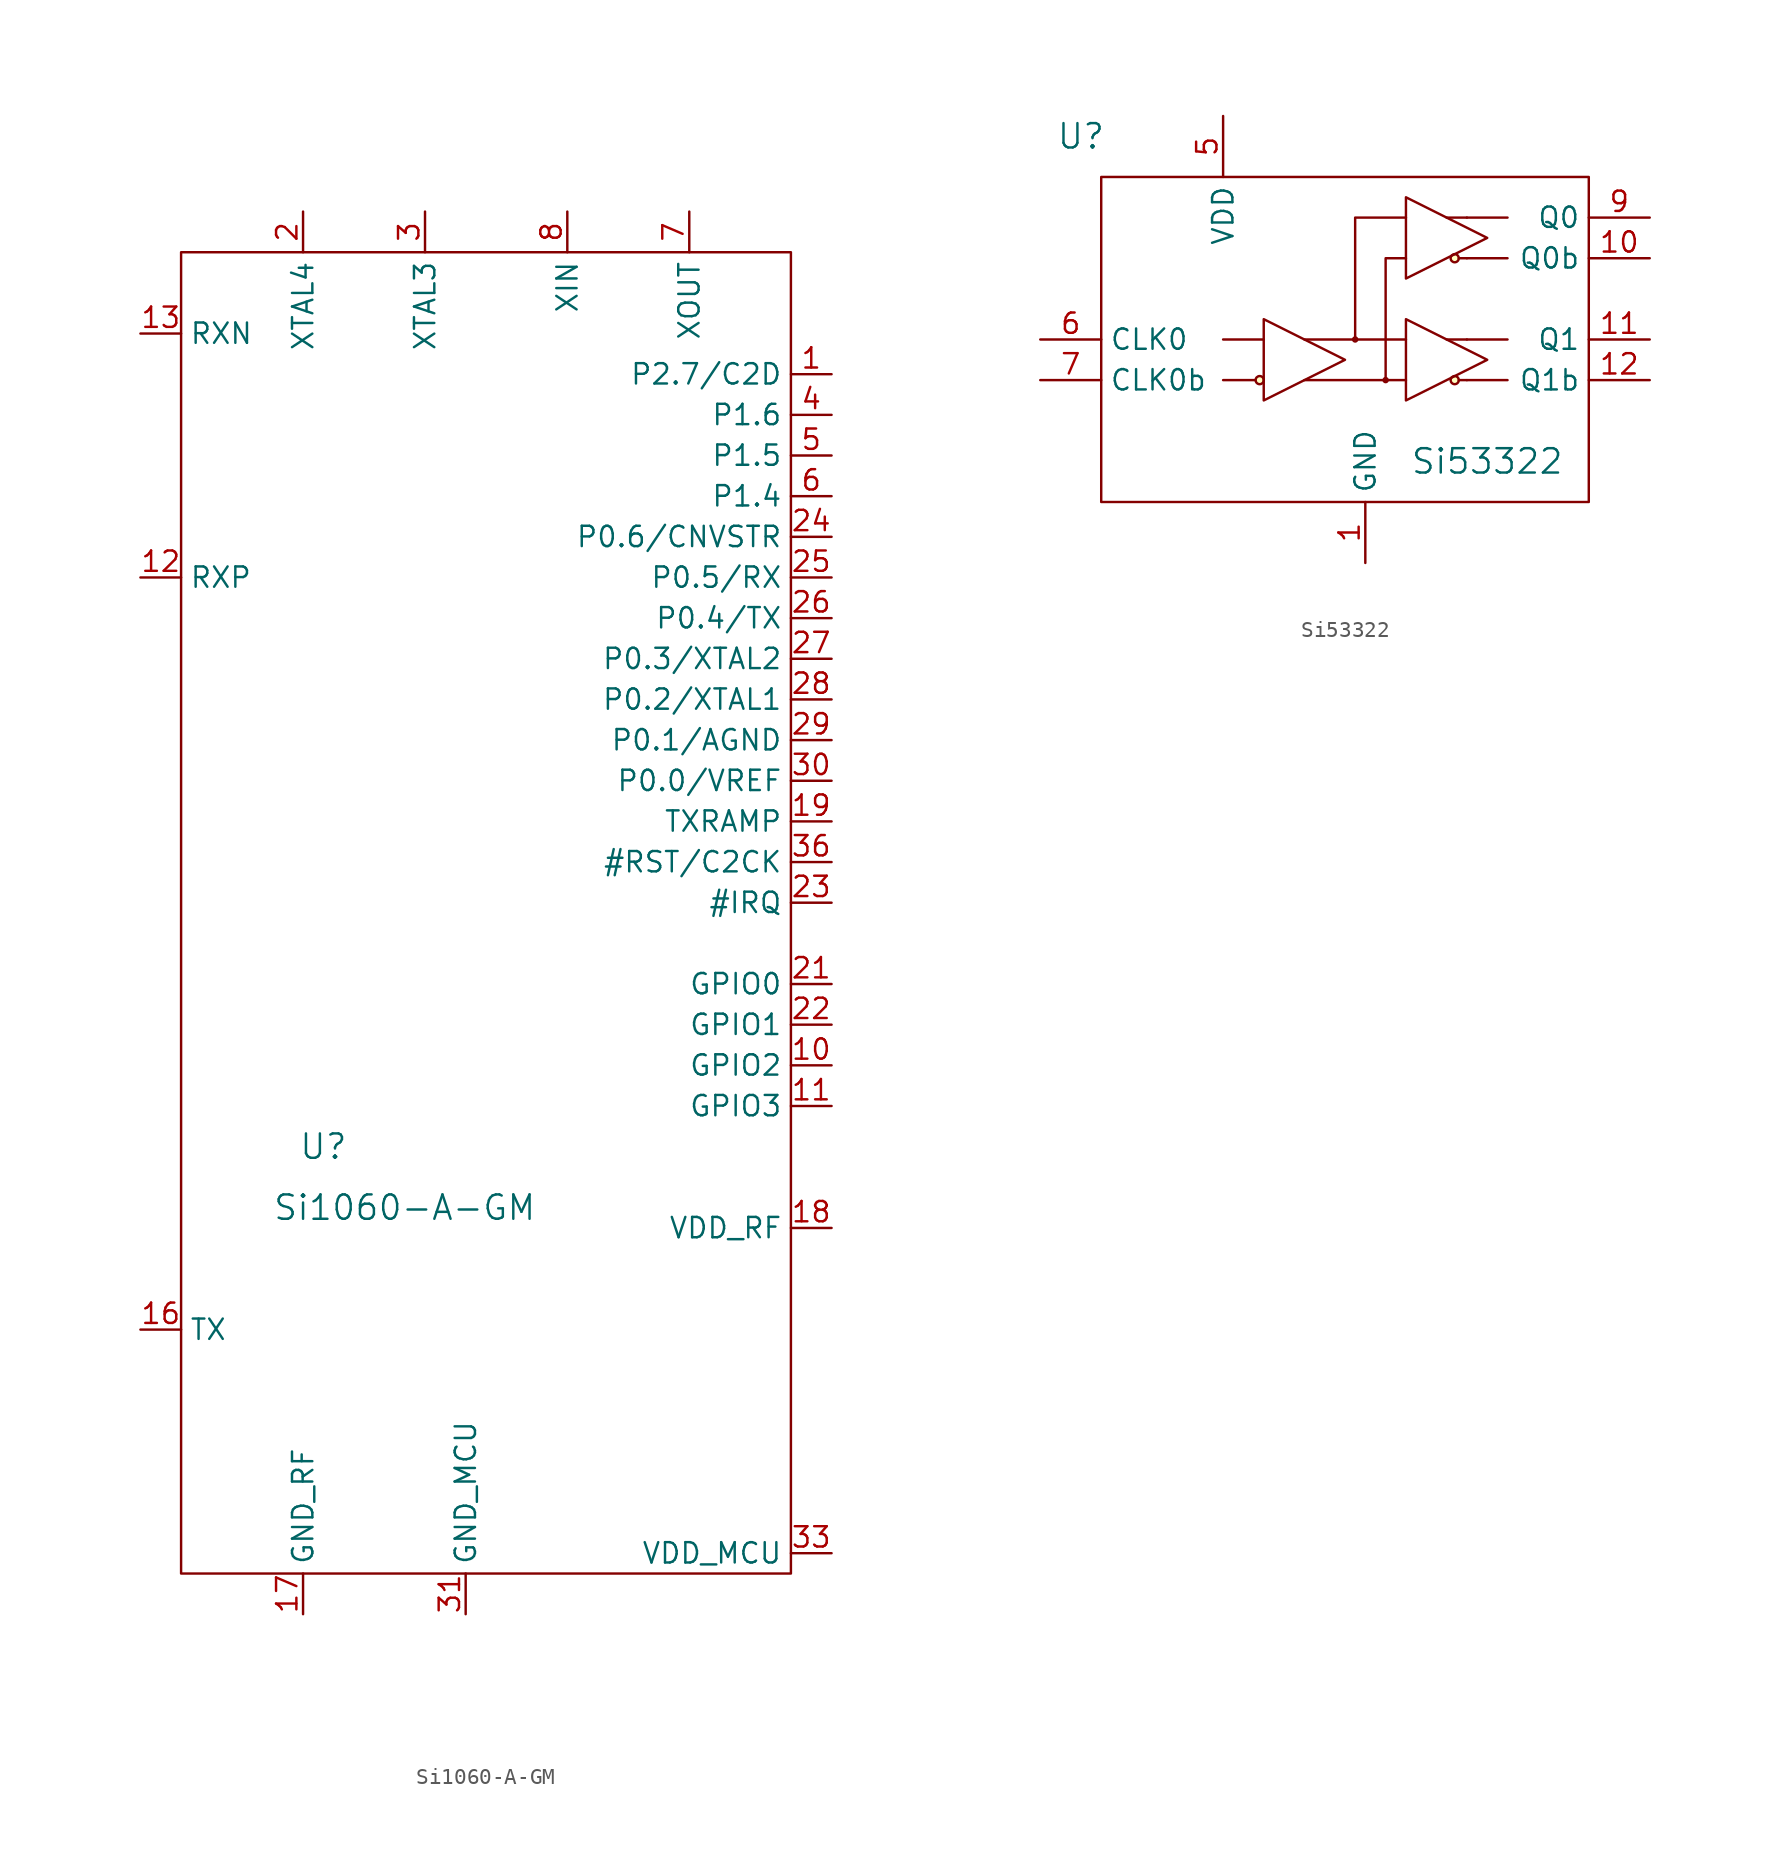
<source format=kicad_sym>
(kicad_symbol_lib
  (version 20220914)
  (generator kicad_symbol_editor)
  (symbol "Si1060-A-GM"
    (property "Reference" "U"
      (at -8.89 -17.78 0)
      (effects (font (size 1.524 1.524))))
    (property "Value" "Si1060-A-GM"
      (at -3.81 -21.59 0)
      (effects (font (size 1.524 1.524))))
    (symbol "Si1060-A-GM_0_1"
      (rectangle (start -17.78 38.1) (end 20.32 -44.45) (stroke (width 0) (type default)) (fill (type none))))
    (symbol "Si1060-A-GM_1_1"
      (pin bidirectional line (at 22.86 30.48 180) (length 2.54) (name "P2.7/C2D" (effects (font (size 1.27 1.27)))) (number "1" (effects (font (size 1.27 1.27)))))
      (pin bidirectional line (at 22.86 -12.7 180) (length 2.54) (name "GPIO2" (effects (font (size 1.27 1.27)))) (number "10" (effects (font (size 1.27 1.27)))))
      (pin bidirectional line (at 22.86 -15.24 180) (length 2.54) (name "GPIO3" (effects (font (size 1.27 1.27)))) (number "11" (effects (font (size 1.27 1.27)))))
      (pin bidirectional line (at -20.32 17.78 0) (length 2.54) (name "RXP" (effects (font (size 1.27 1.27)))) (number "12" (effects (font (size 1.27 1.27)))))
      (pin bidirectional line (at -20.32 33.02 0) (length 2.54) (name "RXN" (effects (font (size 1.27 1.27)))) (number "13" (effects (font (size 1.27 1.27)))))
      (pin bidirectional line (at -10.16 -46.99 90) (length 2.54) hide (name "GND_RF" (effects (font (size 1.27 1.27)))) (number "14" (effects (font (size 1.27 1.27)))))
      (pin bidirectional line (at -10.16 -46.99 90) (length 2.54) hide (name "GND_RF" (effects (font (size 1.27 1.27)))) (number "15" (effects (font (size 1.27 1.27)))))
      (pin bidirectional line (at -20.32 -29.21 0) (length 2.54) (name "TX" (effects (font (size 1.27 1.27)))) (number "16" (effects (font (size 1.27 1.27)))))
      (pin bidirectional line (at -10.16 -46.99 90) (length 2.54) (name "GND_RF" (effects (font (size 1.27 1.27)))) (number "17" (effects (font (size 1.27 1.27)))))
      (pin bidirectional line (at 22.86 -22.86 180) (length 2.54) (name "VDD_RF" (effects (font (size 1.27 1.27)))) (number "18" (effects (font (size 1.27 1.27)))))
      (pin bidirectional line (at 22.86 2.54 180) (length 2.54) (name "TXRAMP" (effects (font (size 1.27 1.27)))) (number "19" (effects (font (size 1.27 1.27)))))
      (pin bidirectional line (at -10.16 40.64 270) (length 2.54) (name "XTAL4" (effects (font (size 1.27 1.27)))) (number "2" (effects (font (size 1.27 1.27)))))
      (pin bidirectional line (at 22.86 -22.86 180) (length 2.54) hide (name "VDD_RF" (effects (font (size 1.27 1.27)))) (number "20" (effects (font (size 1.27 1.27)))))
      (pin bidirectional line (at 22.86 -7.62 180) (length 2.54) (name "GPIO0" (effects (font (size 1.27 1.27)))) (number "21" (effects (font (size 1.27 1.27)))))
      (pin bidirectional line (at 22.86 -10.16 180) (length 2.54) (name "GPIO1" (effects (font (size 1.27 1.27)))) (number "22" (effects (font (size 1.27 1.27)))))
      (pin bidirectional line (at 22.86 -2.54 180) (length 2.54) (name "#IRQ" (effects (font (size 1.27 1.27)))) (number "23" (effects (font (size 1.27 1.27)))))
      (pin bidirectional line (at 22.86 20.32 180) (length 2.54) (name "P0.6/CNVSTR" (effects (font (size 1.27 1.27)))) (number "24" (effects (font (size 1.27 1.27)))))
      (pin bidirectional line (at 22.86 17.78 180) (length 2.54) (name "P0.5/RX" (effects (font (size 1.27 1.27)))) (number "25" (effects (font (size 1.27 1.27)))))
      (pin bidirectional line (at 22.86 15.24 180) (length 2.54) (name "P0.4/TX" (effects (font (size 1.27 1.27)))) (number "26" (effects (font (size 1.27 1.27)))))
      (pin bidirectional line (at 22.86 12.7 180) (length 2.54) (name "P0.3/XTAL2" (effects (font (size 1.27 1.27)))) (number "27" (effects (font (size 1.27 1.27)))))
      (pin bidirectional line (at 22.86 10.16 180) (length 2.54) (name "P0.2/XTAL1" (effects (font (size 1.27 1.27)))) (number "28" (effects (font (size 1.27 1.27)))))
      (pin bidirectional line (at 22.86 7.62 180) (length 2.54) (name "P0.1/AGND" (effects (font (size 1.27 1.27)))) (number "29" (effects (font (size 1.27 1.27)))))
      (pin bidirectional line (at -2.54 40.64 270) (length 2.54) (name "XTAL3" (effects (font (size 1.27 1.27)))) (number "3" (effects (font (size 1.27 1.27)))))
      (pin bidirectional line (at 22.86 5.08 180) (length 2.54) (name "P0.0/VREF" (effects (font (size 1.27 1.27)))) (number "30" (effects (font (size 1.27 1.27)))))
      (pin bidirectional line (at 0 -46.99 90) (length 2.54) (name "GND_MCU" (effects (font (size 1.27 1.27)))) (number "31" (effects (font (size 1.27 1.27)))))
      (pin bidirectional line (at -3.81 1.27 0) (length 2.54) hide (name "NC" (effects (font (size 1.27 1.27)))) (number "32" (effects (font (size 1.27 1.27)))))
      (pin bidirectional line (at 22.86 -43.18 180) (length 2.54) (name "VDD_MCU" (effects (font (size 1.27 1.27)))) (number "33" (effects (font (size 1.27 1.27)))))
      (pin bidirectional line (at -3.81 0 0) (length 2.54) hide (name "NC" (effects (font (size 1.27 1.27)))) (number "34" (effects (font (size 1.27 1.27)))))
      (pin bidirectional line (at -3.81 -1.27 0) (length 2.54) hide (name "NC" (effects (font (size 1.27 1.27)))) (number "35" (effects (font (size 1.27 1.27)))))
      (pin bidirectional line (at 22.86 0 180) (length 2.54) (name "#RST/C2CK" (effects (font (size 1.27 1.27)))) (number "36" (effects (font (size 1.27 1.27)))))
      (pin bidirectional line (at -10.16 -46.99 90) (length 2.54) hide (name "GND_RF" (effects (font (size 1.27 1.27)))) (number "37" (effects (font (size 1.27 1.27)))))
      (pin bidirectional line (at 22.86 27.94 180) (length 2.54) (name "P1.6" (effects (font (size 1.27 1.27)))) (number "4" (effects (font (size 1.27 1.27)))))
      (pin bidirectional line (at 22.86 25.4 180) (length 2.54) (name "P1.5" (effects (font (size 1.27 1.27)))) (number "5" (effects (font (size 1.27 1.27)))))
      (pin bidirectional line (at 22.86 22.86 180) (length 2.54) (name "P1.4" (effects (font (size 1.27 1.27)))) (number "6" (effects (font (size 1.27 1.27)))))
      (pin bidirectional line (at 13.97 40.64 270) (length 2.54) (name "XOUT" (effects (font (size 1.27 1.27)))) (number "7" (effects (font (size 1.27 1.27)))))
      (pin bidirectional line (at 6.35 40.64 270) (length 2.54) (name "XIN" (effects (font (size 1.27 1.27)))) (number "8" (effects (font (size 1.27 1.27)))))
      (pin bidirectional line (at -10.16 -46.99 90) (length 2.54) hide (name "GND_RF" (effects (font (size 1.27 1.27)))) (number "9" (effects (font (size 1.27 1.27)))))))
  (symbol "Si53322"
    (property "Reference" "U"
      (at -17.78 10.16 0)
      (effects (font (size 1.524 1.524))))
    (property "Value" "Si53322"
      (at 7.62 -10.16 0)
      (effects (font (size 1.524 1.524))))
    (symbol "Si53322_0_1"
      (rectangle (start -16.51 7.62) (end 13.97 -12.7) (stroke (width 0) (type default)) (fill (type none)))
      (circle (center -6.604 -5.08) (radius 0.254) (stroke (width 0) (type default)) (fill (type background)))
      (circle (center -0.635 -2.54) (radius 0.127) (stroke (width 0) (type default)) (fill (type none)))
      (polyline (pts (xy -8.89 -5.08) (xy -6.858 -5.08)) (stroke (width 0) (type default)) (fill (type none)))
      (polyline (pts (xy -8.89 -2.54) (xy -6.35 -2.54)) (stroke (width 0) (type default)) (fill (type none)))
      (polyline (pts (xy 2.54 -5.08) (xy -3.81 -5.08)) (stroke (width 0) (type default)) (fill (type none)))
      (polyline (pts (xy 6.35 -5.08) (xy 5.842 -5.08)) (stroke (width 0) (type default)) (fill (type none)))
      (polyline (pts (xy 6.35 -2.54) (xy 5.08 -2.54)) (stroke (width 0) (type default)) (fill (type none)))
      (polyline (pts (xy 6.35 2.54) (xy 5.842 2.54)) (stroke (width 0) (type default)) (fill (type none)))
      (polyline (pts (xy 6.35 5.08) (xy 5.08 5.08)) (stroke (width 0) (type default)) (fill (type none)))
      (polyline (pts (xy 8.89 -5.08) (xy 6.35 -5.08)) (stroke (width 0) (type default)) (fill (type none)))
      (polyline (pts (xy 8.89 -2.54) (xy 6.35 -2.54)) (stroke (width 0) (type default)) (fill (type none)))
      (polyline (pts (xy 8.89 2.54) (xy 6.35 2.54)) (stroke (width 0) (type default)) (fill (type none)))
      (polyline (pts (xy 8.89 5.08) (xy 6.35 5.08)) (stroke (width 0) (type default)) (fill (type none)))
      (polyline (pts (xy 2.54 -2.54) (xy 0 -2.54) (xy -3.81 -2.54)) (stroke (width 0) (type default)) (fill (type none)))
      (polyline (pts (xy 2.54 2.54) (xy 1.27 2.54) (xy 1.27 -5.08)) (stroke (width 0) (type default)) (fill (type none)))
      (polyline (pts (xy 2.54 5.08) (xy -0.635 5.08) (xy -0.635 -2.54)) (stroke (width 0) (type default)) (fill (type none)))
      (polyline (pts (xy -6.35 -1.27) (xy -6.35 -6.35) (xy -1.27 -3.81) (xy -6.35 -1.27)) (stroke (width 0) (type default)) (fill (type none)))
      (polyline (pts (xy 2.54 -1.27) (xy 2.54 -6.35) (xy 7.62 -3.81) (xy 2.54 -1.27)) (stroke (width 0) (type default)) (fill (type none)))
      (polyline (pts (xy 2.54 6.35) (xy 2.54 1.27) (xy 7.62 3.81) (xy 2.54 6.35)) (stroke (width 0) (type default)) (fill (type none)))
      (circle (center 1.27 -5.08) (radius 0.127) (stroke (width 0) (type default)) (fill (type none)))
      (circle (center 5.588 -5.08) (radius 0.254) (stroke (width 0) (type default)) (fill (type background)))
      (circle (center 5.588 2.54) (radius 0.254) (stroke (width 0) (type default)) (fill (type background))))
    (symbol "Si53322_1_1"
      (pin input line (at 0 -16.51 90) (length 3.81) (name "GND" (effects (font (size 1.27 1.27)))) (number "1" (effects (font (size 1.27 1.27)))))
      (pin input line (at 17.78 2.54 180) (length 3.81) (name "Q0b" (effects (font (size 1.27 1.27)))) (number "10" (effects (font (size 1.27 1.27)))))
      (pin input line (at 17.78 -2.54 180) (length 3.81) (name "Q1" (effects (font (size 1.27 1.27)))) (number "11" (effects (font (size 1.27 1.27)))))
      (pin input line (at 17.78 -5.08 180) (length 3.81) (name "Q1b" (effects (font (size 1.27 1.27)))) (number "12" (effects (font (size 1.27 1.27)))))
      (pin input line (at 0 -16.51 90) (length 3.81) hide (name "GND" (effects (font (size 1.27 1.27)))) (number "17" (effects (font (size 1.27 1.27)))))
      (pin input line (at -8.89 11.43 270) (length 3.81) (name "VDD" (effects (font (size 1.27 1.27)))) (number "5" (effects (font (size 1.27 1.27)))))
      (pin input line (at -20.32 -2.54 0) (length 3.81) (name "CLK0" (effects (font (size 1.27 1.27)))) (number "6" (effects (font (size 1.27 1.27)))))
      (pin input line (at -20.32 -5.08 0) (length 3.81) (name "CLK0b" (effects (font (size 1.27 1.27)))) (number "7" (effects (font (size 1.27 1.27)))))
      (pin input line (at 17.78 5.08 180) (length 3.81) (name "Q0" (effects (font (size 1.27 1.27)))) (number "9" (effects (font (size 1.27 1.27))))))))
</source>
